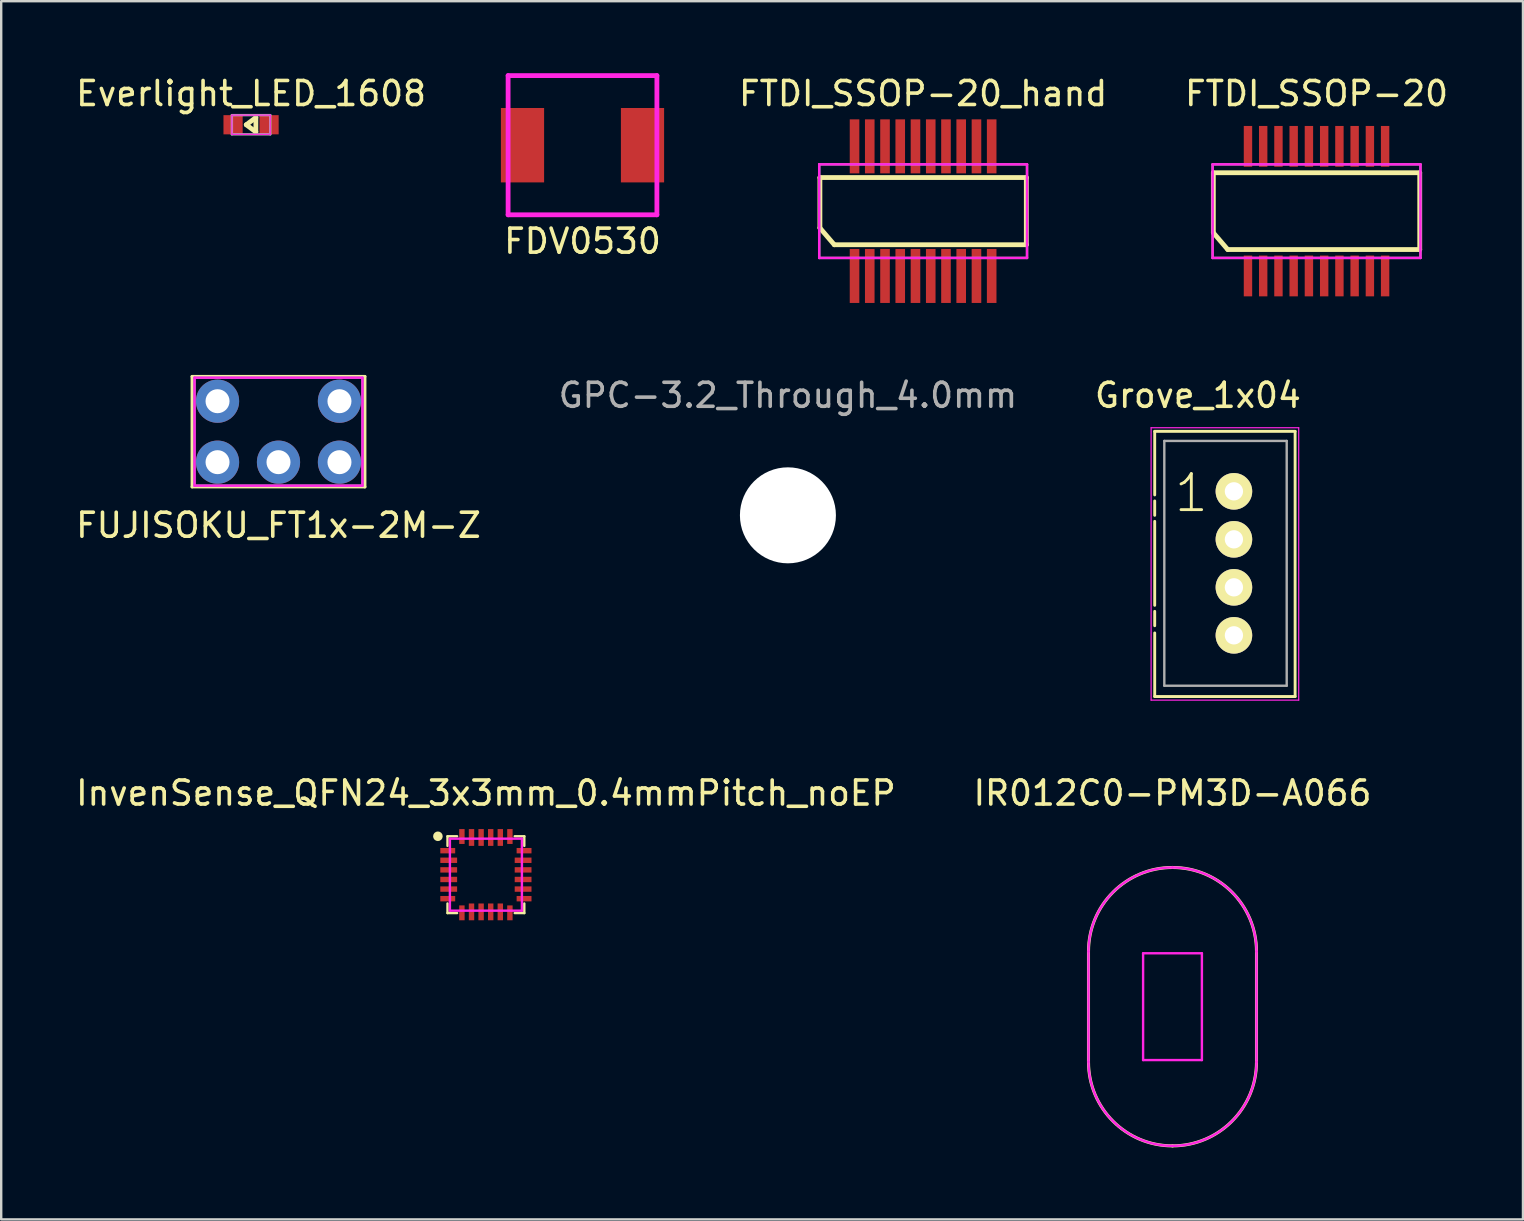
<source format=kicad_pcb>
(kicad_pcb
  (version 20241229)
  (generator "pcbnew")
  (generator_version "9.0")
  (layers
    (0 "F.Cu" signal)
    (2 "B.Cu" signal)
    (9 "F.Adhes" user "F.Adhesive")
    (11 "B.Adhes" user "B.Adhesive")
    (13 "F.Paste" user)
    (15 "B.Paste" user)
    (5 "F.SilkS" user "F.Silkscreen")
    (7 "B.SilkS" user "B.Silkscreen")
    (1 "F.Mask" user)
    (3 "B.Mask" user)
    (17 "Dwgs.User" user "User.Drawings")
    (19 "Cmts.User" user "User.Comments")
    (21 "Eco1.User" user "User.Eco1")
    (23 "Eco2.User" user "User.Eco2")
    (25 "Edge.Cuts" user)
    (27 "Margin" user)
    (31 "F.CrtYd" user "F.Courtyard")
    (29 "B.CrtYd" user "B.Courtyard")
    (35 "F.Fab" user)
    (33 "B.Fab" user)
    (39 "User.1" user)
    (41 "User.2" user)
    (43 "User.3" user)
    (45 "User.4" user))
  (footprint "InvenSense_QFN24_3x3mm_0.4mmPitch_noEP"
    (layer "F.Cu")
    (at 17.196 33.395)
    (property "Reference" "InvenSense_QFN24_3x3mm_0.4mmPitch_noEP" (at 0 -3.4 0) (layer "F.SilkS") (effects (font (size 1 1) (thickness 0.15))))
    (attr through_hole)
    (fp_line (start -1.6 -1.6) (end -1.6 -1.2) (stroke (width 0.1) (type solid)) (layer "F.SilkS"))
    (fp_line (start -1.6 -1.6) (end -1.2 -1.6) (stroke (width 0.1) (type solid)) (layer "F.SilkS"))
    (fp_line (start -1.6 1.6) (end -1.6 1.2) (stroke (width 0.1) (type solid)) (layer "F.SilkS"))
    (fp_line (start -1.6 1.6) (end -1.2 1.6) (stroke (width 0.1) (type solid)) (layer "F.SilkS"))
    (fp_line (start 1.2 -1.6) (end 1.6 -1.6) (stroke (width 0.1) (type solid)) (layer "F.SilkS"))
    (fp_line (start 1.6 -1.6) (end 1.6 -1.2) (stroke (width 0.1) (type solid)) (layer "F.SilkS"))
    (fp_line (start 1.6 1.6) (end 1.2 1.6) (stroke (width 0.1) (type solid)) (layer "F.SilkS"))
    (fp_line (start 1.6 1.6) (end 1.6 1.2) (stroke (width 0.1) (type solid)) (layer "F.SilkS"))
    (fp_circle (center -2 -1.6) (end -2 -1.5) (stroke (width 0.2) (type solid)) (fill no) (layer "F.SilkS"))
    (fp_line (start -0.85 -0.77) (end 0.85 -0.77) (stroke (width 0.1) (type solid)) (layer "Eco1.User"))
    (fp_line (start -0.85 0.77) (end -0.85 -0.77) (stroke (width 0.1) (type solid)) (layer "Eco1.User"))
    (fp_line (start 0.85 -0.77) (end 0.85 0.77) (stroke (width 0.1) (type solid)) (layer "Eco1.User"))
    (fp_line (start 0.85 0.77) (end -0.85 0.77) (stroke (width 0.1) (type solid)) (layer "Eco1.User"))
    (fp_line (start -1.5 -1.5) (end -1.5 1.5) (stroke (width 0.1) (type solid)) (layer "F.CrtYd"))
    (fp_line (start -1.5 1.5) (end 1.5 1.5) (stroke (width 0.1) (type solid)) (layer "F.CrtYd"))
    (fp_line (start 1.5 -1.5) (end -1.5 -1.5) (stroke (width 0.1) (type solid)) (layer "F.CrtYd"))
    (fp_line (start 1.5 1.5) (end 1.5 -1.5) (stroke (width 0.1) (type solid)) (layer "F.CrtYd"))
    (pad "1" smd rect (at -1.59 -1) (size 0.62 0.225) (layers "F.Cu" "F.Mask" "F.Paste"))
    (pad "2" smd rect (at -1.55 -0.6) (size 0.7 0.225) (layers "F.Cu" "F.Mask" "F.Paste"))
    (pad "3" smd rect (at -1.55 -0.2) (size 0.7 0.225) (layers "F.Cu" "F.Mask" "F.Paste"))
    (pad "4" smd rect (at -1.55 0.2) (size 0.7 0.225) (layers "F.Cu" "F.Mask" "F.Paste"))
    (pad "5" smd rect (at -1.55 0.6) (size 0.7 0.225) (layers "F.Cu" "F.Mask" "F.Paste"))
    (pad "6" smd rect (at -1.59 1) (size 0.62 0.225) (layers "F.Cu" "F.Mask" "F.Paste"))
    (pad "7" smd rect (at -1 1.59) (size 0.225 0.62) (layers "F.Cu" "F.Mask" "F.Paste"))
    (pad "8" smd rect (at -0.6 1.55) (size 0.225 0.7) (layers "F.Cu" "F.Mask" "F.Paste"))
    (pad "9" smd rect (at -0.2 1.55) (size 0.225 0.7) (layers "F.Cu" "F.Mask" "F.Paste"))
    (pad "10" smd rect (at 0.2 1.55) (size 0.225 0.7) (layers "F.Cu" "F.Mask" "F.Paste"))
    (pad "11" smd rect (at 0.6 1.55) (size 0.225 0.7) (layers "F.Cu" "F.Mask" "F.Paste"))
    (pad "12" smd rect (at 1 1.59) (size 0.225 0.62) (layers "F.Cu" "F.Mask" "F.Paste"))
    (pad "13" smd rect (at 1.59 1) (size 0.62 0.225) (layers "F.Cu" "F.Mask" "F.Paste"))
    (pad "14" smd rect (at 1.55 0.6) (size 0.7 0.225) (layers "F.Cu" "F.Mask" "F.Paste"))
    (pad "15" smd rect (at 1.55 0.2) (size 0.7 0.225) (layers "F.Cu" "F.Mask" "F.Paste"))
    (pad "16" smd rect (at 1.55 -0.2) (size 0.7 0.225) (layers "F.Cu" "F.Mask" "F.Paste"))
    (pad "17" smd rect (at 1.55 -0.6) (size 0.7 0.225) (layers "F.Cu" "F.Mask" "F.Paste"))
    (pad "18" smd rect (at 1.59 -1) (size 0.62 0.225) (layers "F.Cu" "F.Mask" "F.Paste"))
    (pad "19" smd rect (at 1 -1.59) (size 0.225 0.62) (layers "F.Cu" "F.Mask" "F.Paste"))
    (pad "20" smd rect (at 0.6 -1.55) (size 0.225 0.7) (layers "F.Cu" "F.Mask" "F.Paste"))
    (pad "21" smd rect (at 0.2 -1.55) (size 0.225 0.7) (layers "F.Cu" "F.Mask" "F.Paste"))
    (pad "22" smd rect (at -0.2 -1.55) (size 0.225 0.7) (layers "F.Cu" "F.Mask" "F.Paste"))
    (pad "23" smd rect (at -0.6 -1.55) (size 0.225 0.7) (layers "F.Cu" "F.Mask" "F.Paste"))
    (pad "24" smd rect (at -1 -1.59) (size 0.225 0.62) (layers "F.Cu" "F.Mask" "F.Paste")))
  (footprint "FTDI_SSOP-20_hand"
    (layer "F.Cu")
    (at 35.413 5.748)
    (property "Reference" "FTDI_SSOP-20_hand" (at 0 -4.9 0) (layer "F.SilkS") (effects (font (size 1 1) (thickness 0.15))))
    (attr smd)
    (fp_line (start -4.3 -1.4) (end 4.3 -1.4) (stroke (width 0.2) (type solid)) (layer "F.SilkS"))
    (fp_line (start -4.3 0.7) (end -4.3 -1.4) (stroke (width 0.2) (type solid)) (layer "F.SilkS"))
    (fp_line (start -4.3 0.7) (end -3.7 1.4) (stroke (width 0.2) (type solid)) (layer "F.SilkS"))
    (fp_line (start 4.3 -1.4) (end 4.3 1.4) (stroke (width 0.2) (type solid)) (layer "F.SilkS"))
    (fp_line (start 4.3 1.4) (end -3.7 1.4) (stroke (width 0.2) (type solid)) (layer "F.SilkS"))
    (fp_line (start -4.33 -1.95) (end 4.33 -1.95) (stroke (width 0.1) (type solid)) (layer "F.CrtYd"))
    (fp_line (start -4.33 1.95) (end -4.33 -1.95) (stroke (width 0.1) (type solid)) (layer "F.CrtYd"))
    (fp_line (start 4.33 -1.95) (end 4.33 1.95) (stroke (width 0.1) (type solid)) (layer "F.CrtYd"))
    (fp_line (start 4.33 1.95) (end -4.33 1.95) (stroke (width 0.1) (type solid)) (layer "F.CrtYd"))
    (fp_line (start -4.33 -1.95) (end 4.33 -1.95) (stroke (width 0.1) (type solid)) (layer "F.Fab"))
    (fp_line (start -4.33 1.95) (end -4.33 -1.95) (stroke (width 0.1) (type solid)) (layer "F.Fab"))
    (fp_line (start 4.33 -1.95) (end 4.33 1.95) (stroke (width 0.1) (type solid)) (layer "F.Fab"))
    (fp_line (start 4.33 1.95) (end -4.33 1.95) (stroke (width 0.1) (type solid)) (layer "F.Fab"))
    (pad "1" smd rect (at -2.857 2.7) (size 0.4 2.25) (layers "F.Cu" "F.Mask" "F.Paste"))
    (pad "2" smd rect (at -2.223 2.7) (size 0.4 2.25) (layers "F.Cu" "F.Mask" "F.Paste"))
    (pad "3" smd rect (at -1.587 2.7) (size 0.4 2.25) (layers "F.Cu" "F.Mask" "F.Paste"))
    (pad "4" smd rect (at -0.953 2.7) (size 0.4 2.25) (layers "F.Cu" "F.Mask" "F.Paste"))
    (pad "5" smd rect (at -0.318 2.7) (size 0.4 2.25) (layers "F.Cu" "F.Mask" "F.Paste"))
    (pad "6" smd rect (at 0.318 2.7) (size 0.4 2.25) (layers "F.Cu" "F.Mask" "F.Paste"))
    (pad "7" smd rect (at 0.953 2.7) (size 0.4 2.25) (layers "F.Cu" "F.Mask" "F.Paste"))
    (pad "8" smd rect (at 1.587 2.7) (size 0.4 2.25) (layers "F.Cu" "F.Mask" "F.Paste"))
    (pad "9" smd rect (at 2.223 2.7) (size 0.4 2.25) (layers "F.Cu" "F.Mask" "F.Paste"))
    (pad "10" smd rect (at 2.857 2.7) (size 0.4 2.25) (layers "F.Cu" "F.Mask" "F.Paste"))
    (pad "11" smd rect (at 2.857 -2.7) (size 0.4 2.25) (layers "F.Cu" "F.Mask" "F.Paste"))
    (pad "12" smd rect (at 2.223 -2.7) (size 0.4 2.25) (layers "F.Cu" "F.Mask" "F.Paste"))
    (pad "13" smd rect (at 1.587 -2.7) (size 0.4 2.25) (layers "F.Cu" "F.Mask" "F.Paste"))
    (pad "14" smd rect (at 0.953 -2.7) (size 0.4 2.25) (layers "F.Cu" "F.Mask" "F.Paste"))
    (pad "15" smd rect (at 0.318 -2.7) (size 0.4 2.25) (layers "F.Cu" "F.Mask" "F.Paste"))
    (pad "16" smd rect (at -0.318 -2.7) (size 0.4 2.25) (layers "F.Cu" "F.Mask" "F.Paste"))
    (pad "17" smd rect (at -0.953 -2.7) (size 0.4 2.25) (layers "F.Cu" "F.Mask" "F.Paste"))
    (pad "18" smd rect (at -1.587 -2.7) (size 0.4 2.25) (layers "F.Cu" "F.Mask" "F.Paste"))
    (pad "19" smd rect (at -2.223 -2.7) (size 0.4 2.25) (layers "F.Cu" "F.Mask" "F.Paste"))
    (pad "20" smd rect (at -2.857 -2.7) (size 0.4 2.25) (layers "F.Cu" "F.Mask" "F.Paste")))
  (footprint "FDV0530"
    (layer "F.Cu")
    (at 21.221 3)
    (property "Reference" "FDV0530" (at 0 4 0) (layer "F.SilkS") (effects (font (size 1 1) (thickness 0.15))))
    (attr through_hole)
    (fp_line (start -3.1 -2.9) (end 3.1 -2.9) (stroke (width 0.2) (type solid)) (layer "F.CrtYd"))
    (fp_line (start -3.1 2.9) (end -3.1 -2.9) (stroke (width 0.2) (type solid)) (layer "F.CrtYd"))
    (fp_line (start 3.1 -2.9) (end 3.1 2.9) (stroke (width 0.2) (type solid)) (layer "F.CrtYd"))
    (fp_line (start 3.1 2.9) (end -3.1 2.9) (stroke (width 0.2) (type solid)) (layer "F.CrtYd"))
    (pad "1" smd rect (at -2.5 0) (size 1.8 3.1) (layers "F.Cu" "F.Mask" "F.Paste"))
    (pad "2" smd rect (at 2.5 0) (size 1.8 3.1) (layers "F.Cu" "F.Mask" "F.Paste")))
  (footprint "IR012C0-PM3D-A066"
    (layer "F.Cu")
    (at 45.804 38.895)
    (property "Reference" "IR012C0-PM3D-A066" (at 0 -8.9 0) (layer "F.SilkS") (effects (font (size 1 1) (thickness 0.15))))
    (attr through_hole)
    (fp_line (start -3.5 -2.3) (end -3.5 2.3) (stroke (width 0.127) (type solid)) (layer "F.SilkS"))
    (fp_line (start 3.5 -2.3) (end 3.5 2.3) (stroke (width 0.127) (type solid)) (layer "F.SilkS"))
    (fp_arc (start -3.5 -2.3) (mid -2.474874 -4.774874) (end 0 -5.8) (stroke (width 0.127) (type solid)) (layer "F.SilkS"))
    (fp_arc (start 0 -5.8) (mid 2.474874 -4.774874) (end 3.5 -2.3) (stroke (width 0.127) (type solid)) (layer "F.SilkS"))
    (fp_arc (start 0 5.8) (mid -2.474874 4.774874) (end -3.5 2.3) (stroke (width 0.127) (type solid)) (layer "F.SilkS"))
    (fp_arc (start 3.5 2.3) (mid 2.474874 4.774874) (end 0 5.8) (stroke (width 0.127) (type solid)) (layer "F.SilkS"))
    (fp_line (start -3.5 -2.3) (end -3.5 2.3) (stroke (width 0.1) (type solid)) (layer "F.CrtYd"))
    (fp_line (start -1.225 -2.225) (end 1.225 -2.225) (stroke (width 0.1) (type solid)) (layer "F.CrtYd"))
    (fp_line (start -1.225 2.225) (end -1.225 -2.225) (stroke (width 0.1) (type solid)) (layer "F.CrtYd"))
    (fp_line (start 1.225 -2.225) (end 1.225 2.225) (stroke (width 0.1) (type solid)) (layer "F.CrtYd"))
    (fp_line (start 1.225 2.225) (end -1.225 2.225) (stroke (width 0.1) (type solid)) (layer "F.CrtYd"))
    (fp_line (start 3.5 -2.3) (end 3.5 2.3) (stroke (width 0.1) (type solid)) (layer "F.CrtYd"))
    (fp_arc (start -3.5 -2.3) (mid -2.474874 -4.774874) (end 0 -5.8) (stroke (width 0.1) (type solid)) (layer "F.CrtYd"))
    (fp_arc (start 0 -5.8) (mid 2.474874 -4.774874) (end 3.5 -2.3) (stroke (width 0.1) (type solid)) (layer "F.CrtYd"))
    (fp_arc (start 0 5.8) (mid -2.474874 4.774874) (end -3.5 2.3) (stroke (width 0.1) (type solid)) (layer "F.CrtYd"))
    (fp_arc (start 3.5 2.3) (mid 2.474874 4.774874) (end 0 5.8) (stroke (width 0.1) (type solid)) (layer "F.CrtYd")))
  (footprint "Grove_1x04"
    (layer "F.Cu")
    (at 48.363 17.422)
    (property "Reference" "Grove_1x04" (at -1.5 -4 0) (layer "F.SilkS") (effects (font (size 1 1) (thickness 0.15))))
    (attr through_hole)
    (fp_line (start -3.3 -2.5) (end -3.3 0.15) (stroke (width 0.12) (type solid)) (layer "F.SilkS"))
    (fp_line (start -3.3 -2.5) (end 2.55 -2.5) (stroke (width 0.12) (type solid)) (layer "F.SilkS"))
    (fp_line (start -3.3 0.4) (end -3.3 1) (stroke (width 0.12) (type solid)) (layer "F.SilkS"))
    (fp_line (start -3.3 1.25) (end -3.3 4.75) (stroke (width 0.12) (type solid)) (layer "F.SilkS"))
    (fp_line (start -3.3 5) (end -3.3 5.6) (stroke (width 0.12) (type solid)) (layer "F.SilkS"))
    (fp_line (start -3.3 5.9) (end -3.3 8.55) (stroke (width 0.12) (type solid)) (layer "F.SilkS"))
    (fp_line (start -3.3 8.55) (end 2.55 8.55) (stroke (width 0.12) (type solid)) (layer "F.SilkS"))
    (fp_line (start 2.55 -2.5) (end 2.55 8.55) (stroke (width 0.12) (type solid)) (layer "F.SilkS"))
    (fp_line (start -3.45 -2.65) (end -3.45 8.7) (stroke (width 0.05) (type solid)) (layer "F.CrtYd"))
    (fp_line (start -3.45 -2.65) (end 2.7 -2.65) (stroke (width 0.05) (type solid)) (layer "F.CrtYd"))
    (fp_line (start -3.45 8.7) (end 2.7 8.7) (stroke (width 0.05) (type solid)) (layer "F.CrtYd"))
    (fp_line (start 2.7 8.7) (end 2.7 -2.65) (stroke (width 0.05) (type solid)) (layer "F.CrtYd"))
    (fp_line (start -2.9 -2.1) (end 2.2 -2.1) (stroke (width 0.1) (type solid)) (layer "F.Fab"))
    (fp_line (start -2.9 8.1) (end -2.9 -2.1) (stroke (width 0.1) (type solid)) (layer "F.Fab"))
    (fp_line (start 2.2 -2.1) (end 2.2 8.1) (stroke (width 0.1) (type solid)) (layer "F.Fab"))
    (fp_line (start 2.2 8.1) (end -2.9 8.1) (stroke (width 0.1) (type solid)) (layer "F.Fab"))
    (fp_text user "1" (at -1.775 0.075 0) (layer "F.SilkS") (effects (font (size 1.5 1.5) (thickness 0.12))))
    (pad "1" thru_hole circle (at 0 0) (size 1.524 1.524) (drill 0.762) (layers "*.Cu" "*.Mask" "F.SilkS"))
    (pad "2" thru_hole circle (at 0 2) (size 1.524 1.524) (drill 0.762) (layers "*.Cu" "*.Mask" "F.SilkS"))
    (pad "3" thru_hole circle (at 0 4) (size 1.524 1.524) (drill 0.762) (layers "*.Cu" "*.Mask" "F.SilkS"))
    (pad "4" thru_hole circle (at 0 6) (size 1.524 1.524) (drill 0.762) (layers "*.Cu" "*.Mask" "F.SilkS")))
  (footprint "FTDI_SSOP-20"
    (layer "F.Cu")
    (at 51.806 5.748)
    (property "Reference" "FTDI_SSOP-20" (at 0 -4.9 0) (layer "F.SilkS") (effects (font (size 1 1) (thickness 0.15))))
    (attr smd)
    (fp_line (start -4.3 -1.6) (end 4.3 -1.6) (stroke (width 0.2) (type solid)) (layer "F.SilkS"))
    (fp_line (start -4.3 0.9) (end -4.3 -1.6) (stroke (width 0.2) (type solid)) (layer "F.SilkS"))
    (fp_line (start -4.3 0.9) (end -3.7 1.6) (stroke (width 0.2) (type solid)) (layer "F.SilkS"))
    (fp_line (start 4.3 -1.6) (end 4.3 1.6) (stroke (width 0.2) (type solid)) (layer "F.SilkS"))
    (fp_line (start 4.3 1.6) (end -3.7 1.6) (stroke (width 0.2) (type solid)) (layer "F.SilkS"))
    (fp_line (start -4.33 -1.95) (end 4.33 -1.95) (stroke (width 0.1) (type solid)) (layer "F.CrtYd"))
    (fp_line (start -4.33 1.95) (end -4.33 -1.95) (stroke (width 0.1) (type solid)) (layer "F.CrtYd"))
    (fp_line (start 4.33 -1.95) (end 4.33 1.95) (stroke (width 0.1) (type solid)) (layer "F.CrtYd"))
    (fp_line (start 4.33 1.95) (end -4.33 1.95) (stroke (width 0.1) (type solid)) (layer "F.CrtYd"))
    (fp_line (start -4.33 -1.95) (end 4.33 -1.95) (stroke (width 0.1) (type solid)) (layer "F.Fab"))
    (fp_line (start -4.33 1.95) (end -4.33 -1.95) (stroke (width 0.1) (type solid)) (layer "F.Fab"))
    (fp_line (start 4.33 -1.95) (end 4.33 1.95) (stroke (width 0.1) (type solid)) (layer "F.Fab"))
    (fp_line (start 4.33 1.95) (end -4.33 1.95) (stroke (width 0.1) (type solid)) (layer "F.Fab"))
    (pad "1" smd rect (at -2.857 2.7) (size 0.35 1.7) (layers "F.Cu" "F.Mask" "F.Paste"))
    (pad "2" smd rect (at -2.223 2.7) (size 0.35 1.7) (layers "F.Cu" "F.Mask" "F.Paste"))
    (pad "3" smd rect (at -1.587 2.7) (size 0.35 1.7) (layers "F.Cu" "F.Mask" "F.Paste"))
    (pad "4" smd rect (at -0.953 2.7) (size 0.35 1.7) (layers "F.Cu" "F.Mask" "F.Paste"))
    (pad "5" smd rect (at -0.318 2.7) (size 0.35 1.7) (layers "F.Cu" "F.Mask" "F.Paste"))
    (pad "6" smd rect (at 0.318 2.7) (size 0.35 1.7) (layers "F.Cu" "F.Mask" "F.Paste"))
    (pad "7" smd rect (at 0.953 2.7) (size 0.35 1.7) (layers "F.Cu" "F.Mask" "F.Paste"))
    (pad "8" smd rect (at 1.587 2.7) (size 0.35 1.7) (layers "F.Cu" "F.Mask" "F.Paste"))
    (pad "9" smd rect (at 2.223 2.7) (size 0.35 1.7) (layers "F.Cu" "F.Mask" "F.Paste"))
    (pad "10" smd rect (at 2.857 2.7) (size 0.35 1.7) (layers "F.Cu" "F.Mask" "F.Paste"))
    (pad "11" smd rect (at 2.857 -2.7) (size 0.35 1.7) (layers "F.Cu" "F.Mask" "F.Paste"))
    (pad "12" smd rect (at 2.223 -2.7) (size 0.35 1.7) (layers "F.Cu" "F.Mask" "F.Paste"))
    (pad "13" smd rect (at 1.587 -2.7) (size 0.35 1.7) (layers "F.Cu" "F.Mask" "F.Paste"))
    (pad "14" smd rect (at 0.953 -2.7) (size 0.35 1.7) (layers "F.Cu" "F.Mask" "F.Paste"))
    (pad "15" smd rect (at 0.318 -2.7) (size 0.35 1.7) (layers "F.Cu" "F.Mask" "F.Paste"))
    (pad "16" smd rect (at -0.318 -2.7) (size 0.35 1.7) (layers "F.Cu" "F.Mask" "F.Paste"))
    (pad "17" smd rect (at -0.953 -2.7) (size 0.35 1.7) (layers "F.Cu" "F.Mask" "F.Paste"))
    (pad "18" smd rect (at -1.587 -2.7) (size 0.35 1.7) (layers "F.Cu" "F.Mask" "F.Paste"))
    (pad "19" smd rect (at -2.223 -2.7) (size 0.35 1.7) (layers "F.Cu" "F.Mask" "F.Paste"))
    (pad "20" smd rect (at -2.857 -2.7) (size 0.35 1.7) (layers "F.Cu" "F.Mask" "F.Paste")))
  (footprint "GPC-3.2_Through_4.0mm"
    (layer "F.Cu")
    (at 29.78 18.422)
    (property "Reference" "GPC-3.2_Through_4.0mm" (at 0 -5 0) (layer "F.Fab") (effects (font (size 1 1) (thickness 0.15))))
    (attr through_hole)
    (pad "" np_thru_hole circle (at 0 0) (size 4 4) (drill 4) (layers "*.Cu" "*.Paste" "*.Mask")))
  (footprint "FUJISOKU_FT1x-2M-Z"
    (layer "F.Cu")
    (at 8.554 14.937)
    (property "Reference" "FUJISOKU_FT1x-2M-Z" (at 0 3.9 0) (layer "F.SilkS") (effects (font (size 1 1) (thickness 0.15))))
    (attr through_hole)
    (fp_line (start -3.6 -2.3) (end 3.6 -2.3) (stroke (width 0.127) (type solid)) (layer "F.SilkS"))
    (fp_line (start -3.6 2.3) (end -3.6 -2.3) (stroke (width 0.127) (type solid)) (layer "F.SilkS"))
    (fp_line (start 3.6 -2.3) (end 3.6 2.3) (stroke (width 0.127) (type solid)) (layer "F.SilkS"))
    (fp_line (start 3.6 2.3) (end -3.6 2.3) (stroke (width 0.127) (type solid)) (layer "F.SilkS"))
    (fp_line (start -3.5 -2.25) (end 3.5 -2.25) (stroke (width 0.1) (type solid)) (layer "F.CrtYd"))
    (fp_line (start -3.5 2.25) (end -3.5 -2.25) (stroke (width 0.1) (type solid)) (layer "F.CrtYd"))
    (fp_line (start 3.5 -2.25) (end 3.5 2.25) (stroke (width 0.1) (type solid)) (layer "F.CrtYd"))
    (fp_line (start 3.5 2.25) (end -3.5 2.25) (stroke (width 0.1) (type solid)) (layer "F.CrtYd"))
    (fp_line (start -3.5 -2.25) (end 3.5 -2.25) (stroke (width 0.1) (type solid)) (layer "F.Fab"))
    (fp_line (start -3.5 2.25) (end -3.5 -2.25) (stroke (width 0.1) (type solid)) (layer "F.Fab"))
    (fp_line (start 3.5 -2.25) (end 3.5 2.25) (stroke (width 0.1) (type solid)) (layer "F.Fab"))
    (fp_line (start 3.5 2.25) (end -3.5 2.25) (stroke (width 0.1) (type solid)) (layer "F.Fab"))
    (pad "" thru_hole circle (at -2.54 -1.27) (size 1.8 1.8) (drill 1) (layers "*.Cu" "*.Mask"))
    (pad "" thru_hole circle (at 2.54 -1.27) (size 1.8 1.8) (drill 1) (layers "*.Cu" "*.Mask"))
    (pad "1" thru_hole circle (at -2.54 1.27) (size 1.8 1.8) (drill 1) (layers "*.Cu" "*.Mask"))
    (pad "2" thru_hole circle (at 0 1.27) (size 1.8 1.8) (drill 1) (layers "*.Cu" "*.Mask"))
    (pad "3" thru_hole circle (at 2.54 1.27) (size 1.8 1.8) (drill 1) (layers "*.Cu" "*.Mask")))
  (footprint "Everlight_LED_1608"
    (layer "F.Cu")
    (at 7.411 2.148)
    (property "Reference" "Everlight_LED_1608" (at 0 -1.3 0) (layer "F.SilkS") (effects (font (size 1 1) (thickness 0.15))))
    (attr smd)
    (fp_line (start -0.2 0) (end 0.2 0.3) (stroke (width 0.2) (type solid)) (layer "F.SilkS"))
    (fp_line (start 0.2 -0.3) (end -0.2 0) (stroke (width 0.2) (type solid)) (layer "F.SilkS"))
    (fp_line (start 0.2 -0.3) (end 0.2 0.3) (stroke (width 0.2) (type solid)) (layer "F.SilkS"))
    (fp_line (start -0.8 -0.4) (end 0.8 -0.4) (stroke (width 0.05) (type solid)) (layer "F.CrtYd"))
    (fp_line (start -0.8 0.4) (end -0.8 -0.4) (stroke (width 0.05) (type solid)) (layer "F.CrtYd"))
    (fp_line (start 0.8 -0.4) (end 0.8 0.4) (stroke (width 0.05) (type solid)) (layer "F.CrtYd"))
    (fp_line (start 0.8 0.4) (end -0.8 0.4) (stroke (width 0.05) (type solid)) (layer "F.CrtYd"))
    (fp_line (start -0.8 -0.4) (end 0.8 -0.4) (stroke (width 0.1) (type solid)) (layer "F.Fab"))
    (fp_line (start -0.8 0.4) (end -0.8 -0.4) (stroke (width 0.1) (type solid)) (layer "F.Fab"))
    (fp_line (start 0.8 -0.4) (end 0.8 0.4) (stroke (width 0.1) (type solid)) (layer "F.Fab"))
    (fp_line (start 0.8 0.4) (end -0.8 0.4) (stroke (width 0.1) (type solid)) (layer "F.Fab"))
    (pad "A" smd rect (at 0.75 0) (size 0.8 0.8) (layers "F.Cu" "F.Mask" "F.Paste"))
    (pad "K" smd rect (at -0.75 0) (size 0.8 0.8) (layers "F.Cu" "F.Mask" "F.Paste")))
  (gr_rect
    (start -3 -3)
    (end 60.407 47.758)
    (stroke (width 0.1) (type default))
    (fill no)
    (layer "Edge.Cuts")))
</source>
